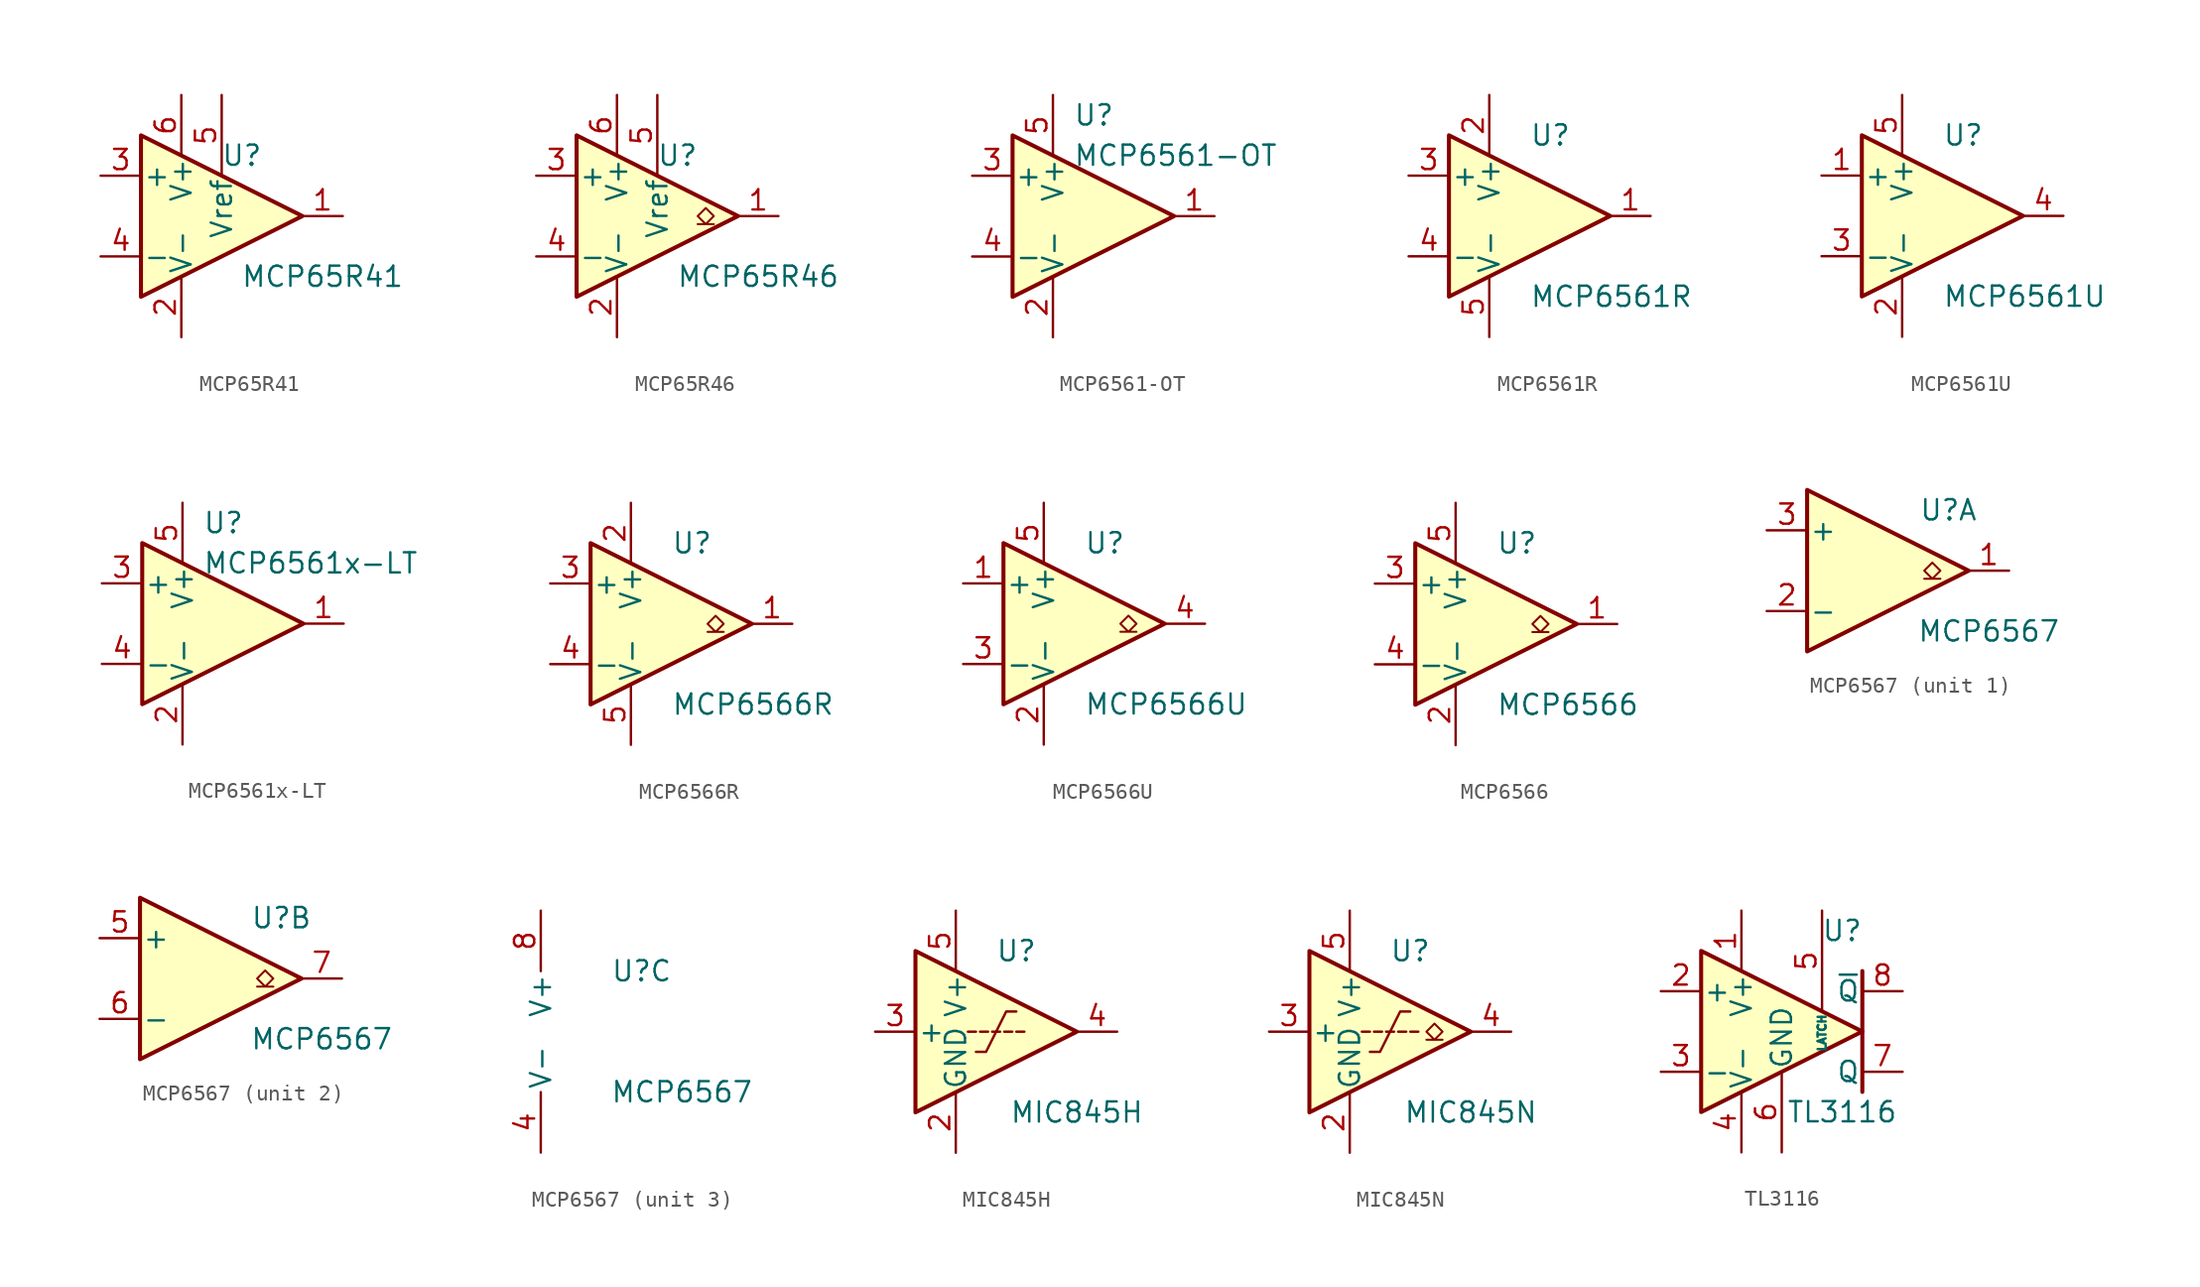
<source format=kicad_sym>
(kicad_symbol_lib
  (version 20201005)
  (generator kicad_symbol_editor)
  (symbol "Comparator:MCP65R41"
    (pin_names
      (offset 0.127))
    (property "Reference" "U"
      (at 1.27 3.81 0)
      (effects (font (size 1.27 1.27))))
    (property "Value" "MCP65R41"
      (at 6.35 -3.81 0)
      (effects (font (size 1.27 1.27))))
    (symbol "MCP65R41_0_1"
      (polyline (pts (xy -5.08 5.08) (xy -5.08 -5.08) (xy 5.08 0) (xy -5.08 5.08)) (stroke (width 0.254)) (fill (type background))))
    (symbol "MCP65R41_1_1"
      (pin output line (at 7.62 0 180) (length 2.54) (name "~" (effects (font (size 1.27 1.27)))) (number "1" (effects (font (size 1.27 1.27)))))
      (pin power_in line (at -2.54 -7.62 90) (length 3.81) (name "V-" (effects (font (size 1.27 1.27)))) (number "2" (effects (font (size 1.27 1.27)))))
      (pin input line (at -7.62 2.54 0) (length 2.54) (name "+" (effects (font (size 1.27 1.27)))) (number "3" (effects (font (size 1.27 1.27)))))
      (pin input line (at -7.62 -2.54 0) (length 2.54) (name "-" (effects (font (size 1.27 1.27)))) (number "4" (effects (font (size 1.27 1.27)))))
      (pin power_out line (at 0 7.62 270) (length 5.08) (name "Vref" (effects (font (size 1.27 1.27)))) (number "5" (effects (font (size 1.27 1.27)))))
      (pin power_in line (at -2.54 7.62 270) (length 3.81) (name "V+" (effects (font (size 1.27 1.27)))) (number "6" (effects (font (size 1.27 1.27)))))))
  (symbol "Comparator:MCP65R46"
    (pin_names
      (offset 0.127))
    (property "Reference" "U"
      (at 1.27 3.81 0)
      (effects (font (size 1.27 1.27))))
    (property "Value" "MCP65R46"
      (at 6.35 -3.81 0)
      (effects (font (size 1.27 1.27))))
    (symbol "MCP65R46_0_1"
      (polyline (pts (xy 3.556 -0.508) (xy 3.048 -0.508) (xy 3.556 0) (xy 3.048 0.508) (xy 2.54 0) (xy 3.048 -0.508) (xy 2.54 -0.508)) (stroke (width 0.127)) (fill (type none))))
    (symbol "MCP65R46_1_1"
      (polyline (pts (xy -5.08 5.08) (xy -5.08 -5.08) (xy 5.08 0) (xy -5.08 5.08)) (stroke (width 0.254)) (fill (type background)))
      (pin open_collector line (at 7.62 0 180) (length 2.54) (name "~" (effects (font (size 1.27 1.27)))) (number "1" (effects (font (size 1.27 1.27)))))
      (pin power_in line (at -2.54 -7.62 90) (length 3.81) (name "V-" (effects (font (size 1.27 1.27)))) (number "2" (effects (font (size 1.27 1.27)))))
      (pin input line (at -7.62 2.54 0) (length 2.54) (name "+" (effects (font (size 1.27 1.27)))) (number "3" (effects (font (size 1.27 1.27)))))
      (pin input line (at -7.62 -2.54 0) (length 2.54) (name "-" (effects (font (size 1.27 1.27)))) (number "4" (effects (font (size 1.27 1.27)))))
      (pin power_out line (at 0 7.62 270) (length 5.08) (name "Vref" (effects (font (size 1.27 1.27)))) (number "5" (effects (font (size 1.27 1.27)))))
      (pin power_in line (at -2.54 7.62 270) (length 3.81) (name "V+" (effects (font (size 1.27 1.27)))) (number "6" (effects (font (size 1.27 1.27)))))))
  (symbol "Comparator:MCP6561-OT"
    (pin_names
      (offset 0.127))
    (property "Reference" "U"
      (at -1.27 6.35 0)
      (effects (font (size 1.27 1.27)) (justify left)))
    (property "Value" "MCP6561-OT"
      (at -1.27 3.81 0)
      (effects (font (size 1.27 1.27)) (justify left)))
    (symbol "MCP6561-OT_0_1"
      (polyline (pts (xy -5.08 5.08) (xy 5.08 0) (xy -5.08 -5.08) (xy -5.08 5.08)) (stroke (width 0.254)) (fill (type background)))
      (pin power_in line (at -2.54 -7.62 90) (length 3.81) (name "V-" (effects (font (size 1.27 1.27)))) (number "2" (effects (font (size 1.27 1.27)))))
      (pin power_in line (at -2.54 7.62 270) (length 3.81) (name "V+" (effects (font (size 1.27 1.27)))) (number "5" (effects (font (size 1.27 1.27))))))
    (symbol "MCP6561-OT_1_1"
      (pin output line (at 7.62 0 180) (length 2.54) (name "~" (effects (font (size 1.27 1.27)))) (number "1" (effects (font (size 1.27 1.27)))))
      (pin input line (at -7.62 2.54 0) (length 2.54) (name "+" (effects (font (size 1.27 1.27)))) (number "3" (effects (font (size 1.27 1.27)))))
      (pin input line (at -7.62 -2.54 0) (length 2.54) (name "-" (effects (font (size 1.27 1.27)))) (number "4" (effects (font (size 1.27 1.27)))))))
  (symbol "Comparator:MCP6561R"
    (pin_names
      (offset 0.127))
    (property "Reference" "U"
      (at 0 5.08 0)
      (effects (font (size 1.27 1.27)) (justify left)))
    (property "Value" "MCP6561R"
      (at 0 -5.08 0)
      (effects (font (size 1.27 1.27)) (justify left)))
    (symbol "MCP6561R_0_1"
      (polyline (pts (xy -5.08 5.08) (xy 5.08 0) (xy -5.08 -5.08) (xy -5.08 5.08)) (stroke (width 0.254)) (fill (type background)))
      (pin power_in line (at -2.54 7.62 270) (length 3.81) (name "V+" (effects (font (size 1.27 1.27)))) (number "2" (effects (font (size 1.27 1.27)))))
      (pin power_in line (at -2.54 -7.62 90) (length 3.81) (name "V-" (effects (font (size 1.27 1.27)))) (number "5" (effects (font (size 1.27 1.27))))))
    (symbol "MCP6561R_1_1"
      (pin output line (at 7.62 0 180) (length 2.54) (name "~" (effects (font (size 1.27 1.27)))) (number "1" (effects (font (size 1.27 1.27)))))
      (pin input line (at -7.62 2.54 0) (length 2.54) (name "+" (effects (font (size 1.27 1.27)))) (number "3" (effects (font (size 1.27 1.27)))))
      (pin input line (at -7.62 -2.54 0) (length 2.54) (name "-" (effects (font (size 1.27 1.27)))) (number "4" (effects (font (size 1.27 1.27)))))))
  (symbol "Comparator:MCP6561U"
    (pin_names
      (offset 0.127))
    (property "Reference" "U"
      (at 0 5.08 0)
      (effects (font (size 1.27 1.27)) (justify left)))
    (property "Value" "MCP6561U"
      (at 0 -5.08 0)
      (effects (font (size 1.27 1.27)) (justify left)))
    (symbol "MCP6561U_0_1"
      (polyline (pts (xy -5.08 5.08) (xy 5.08 0) (xy -5.08 -5.08) (xy -5.08 5.08)) (stroke (width 0.254)) (fill (type background)))
      (pin power_in line (at -2.54 -7.62 90) (length 3.81) (name "V-" (effects (font (size 1.27 1.27)))) (number "2" (effects (font (size 1.27 1.27)))))
      (pin power_in line (at -2.54 7.62 270) (length 3.81) (name "V+" (effects (font (size 1.27 1.27)))) (number "5" (effects (font (size 1.27 1.27))))))
    (symbol "MCP6561U_1_1"
      (pin input line (at -7.62 2.54 0) (length 2.54) (name "+" (effects (font (size 1.27 1.27)))) (number "1" (effects (font (size 1.27 1.27)))))
      (pin input line (at -7.62 -2.54 0) (length 2.54) (name "-" (effects (font (size 1.27 1.27)))) (number "3" (effects (font (size 1.27 1.27)))))
      (pin output line (at 7.62 0 180) (length 2.54) (name "~" (effects (font (size 1.27 1.27)))) (number "4" (effects (font (size 1.27 1.27)))))))
  (symbol "Comparator:MCP6561x-LT"
    (pin_names
      (offset 0.127))
    (property "Reference" "U"
      (at -1.27 6.35 0)
      (effects (font (size 1.27 1.27)) (justify left)))
    (property "Value" "MCP6561x-LT"
      (at -1.27 3.81 0)
      (effects (font (size 1.27 1.27)) (justify left)))
    (symbol "MCP6561x-LT_0_1"
      (polyline (pts (xy -5.08 5.08) (xy 5.08 0) (xy -5.08 -5.08) (xy -5.08 5.08)) (stroke (width 0.254)) (fill (type background)))
      (pin power_in line (at -2.54 -7.62 90) (length 3.81) (name "V-" (effects (font (size 1.27 1.27)))) (number "2" (effects (font (size 1.27 1.27)))))
      (pin power_in line (at -2.54 7.62 270) (length 3.81) (name "V+" (effects (font (size 1.27 1.27)))) (number "5" (effects (font (size 1.27 1.27))))))
    (symbol "MCP6561x-LT_1_1"
      (pin output line (at 7.62 0 180) (length 2.54) (name "~" (effects (font (size 1.27 1.27)))) (number "1" (effects (font (size 1.27 1.27)))))
      (pin input line (at -7.62 2.54 0) (length 2.54) (name "+" (effects (font (size 1.27 1.27)))) (number "3" (effects (font (size 1.27 1.27)))))
      (pin input line (at -7.62 -2.54 0) (length 2.54) (name "-" (effects (font (size 1.27 1.27)))) (number "4" (effects (font (size 1.27 1.27)))))))
  (symbol "Comparator:MCP6566R"
    (pin_names
      (offset 0.127))
    (property "Reference" "U"
      (at 0 5.08 0)
      (effects (font (size 1.27 1.27)) (justify left)))
    (property "Value" "MCP6566R"
      (at 0 -5.08 0)
      (effects (font (size 1.27 1.27)) (justify left)))
    (symbol "MCP6566R_0_1"
      (polyline (pts (xy -5.08 5.08) (xy 5.08 0) (xy -5.08 -5.08) (xy -5.08 5.08)) (stroke (width 0.254)) (fill (type background)))
      (polyline (pts (xy 3.302 -0.508) (xy 2.794 -0.508) (xy 3.302 0) (xy 2.794 0.508) (xy 2.286 0) (xy 2.794 -0.508) (xy 2.286 -0.508)) (stroke (width 0.127)) (fill (type none)))
      (pin power_in line (at -2.54 7.62 270) (length 3.81) (name "V+" (effects (font (size 1.27 1.27)))) (number "2" (effects (font (size 1.27 1.27)))))
      (pin power_in line (at -2.54 -7.62 90) (length 3.81) (name "V-" (effects (font (size 1.27 1.27)))) (number "5" (effects (font (size 1.27 1.27))))))
    (symbol "MCP6566R_1_1"
      (pin open_collector line (at 7.62 0 180) (length 2.54) (name "~" (effects (font (size 1.27 1.27)))) (number "1" (effects (font (size 1.27 1.27)))))
      (pin input line (at -7.62 2.54 0) (length 2.54) (name "+" (effects (font (size 1.27 1.27)))) (number "3" (effects (font (size 1.27 1.27)))))
      (pin input line (at -7.62 -2.54 0) (length 2.54) (name "-" (effects (font (size 1.27 1.27)))) (number "4" (effects (font (size 1.27 1.27)))))))
  (symbol "Comparator:MCP6566U"
    (pin_names
      (offset 0.127))
    (property "Reference" "U"
      (at 0 5.08 0)
      (effects (font (size 1.27 1.27)) (justify left)))
    (property "Value" "MCP6566U"
      (at 0 -5.08 0)
      (effects (font (size 1.27 1.27)) (justify left)))
    (symbol "MCP6566U_0_1"
      (polyline (pts (xy -5.08 5.08) (xy 5.08 0) (xy -5.08 -5.08) (xy -5.08 5.08)) (stroke (width 0.254)) (fill (type background)))
      (polyline (pts (xy 3.302 -0.508) (xy 2.794 -0.508) (xy 3.302 0) (xy 2.794 0.508) (xy 2.286 0) (xy 2.794 -0.508) (xy 2.286 -0.508)) (stroke (width 0.127)) (fill (type none)))
      (pin power_in line (at -2.54 -7.62 90) (length 3.81) (name "V-" (effects (font (size 1.27 1.27)))) (number "2" (effects (font (size 1.27 1.27)))))
      (pin power_in line (at -2.54 7.62 270) (length 3.81) (name "V+" (effects (font (size 1.27 1.27)))) (number "5" (effects (font (size 1.27 1.27))))))
    (symbol "MCP6566U_1_1"
      (pin input line (at -7.62 2.54 0) (length 2.54) (name "+" (effects (font (size 1.27 1.27)))) (number "1" (effects (font (size 1.27 1.27)))))
      (pin input line (at -7.62 -2.54 0) (length 2.54) (name "-" (effects (font (size 1.27 1.27)))) (number "3" (effects (font (size 1.27 1.27)))))
      (pin open_collector line (at 7.62 0 180) (length 2.54) (name "~" (effects (font (size 1.27 1.27)))) (number "4" (effects (font (size 1.27 1.27)))))))
  (symbol "Comparator:MCP6566"
    (pin_names
      (offset 0.127))
    (property "Reference" "U"
      (at 0 5.08 0)
      (effects (font (size 1.27 1.27)) (justify left)))
    (property "Value" "MCP6566"
      (at 0 -5.08 0)
      (effects (font (size 1.27 1.27)) (justify left)))
    (symbol "MCP6566_0_1"
      (polyline (pts (xy -5.08 5.08) (xy 5.08 0) (xy -5.08 -5.08) (xy -5.08 5.08)) (stroke (width 0.254)) (fill (type background)))
      (polyline (pts (xy 3.302 -0.508) (xy 2.794 -0.508) (xy 3.302 0) (xy 2.794 0.508) (xy 2.286 0) (xy 2.794 -0.508) (xy 2.286 -0.508)) (stroke (width 0.127)) (fill (type none)))
      (pin power_in line (at -2.54 -7.62 90) (length 3.81) (name "V-" (effects (font (size 1.27 1.27)))) (number "2" (effects (font (size 1.27 1.27)))))
      (pin power_in line (at -2.54 7.62 270) (length 3.81) (name "V+" (effects (font (size 1.27 1.27)))) (number "5" (effects (font (size 1.27 1.27))))))
    (symbol "MCP6566_1_1"
      (pin open_collector line (at 7.62 0 180) (length 2.54) (name "~" (effects (font (size 1.27 1.27)))) (number "1" (effects (font (size 1.27 1.27)))))
      (pin input line (at -7.62 2.54 0) (length 2.54) (name "+" (effects (font (size 1.27 1.27)))) (number "3" (effects (font (size 1.27 1.27)))))
      (pin input line (at -7.62 -2.54 0) (length 2.54) (name "-" (effects (font (size 1.27 1.27)))) (number "4" (effects (font (size 1.27 1.27)))))))
  (symbol "Comparator:MCP6567"
    (pin_names
      (offset 0.127))
    (property "Reference" "U"
      (at 3.81 3.81 0)
      (effects (font (size 1.27 1.27))))
    (property "Value" "MCP6567"
      (at 6.35 -3.81 0)
      (effects (font (size 1.27 1.27))))
    (property "ki_locked" ""
      (at 0 0 0)
      (effects (font (size 1.27 1.27))))
    (symbol "MCP6567_1_1"
      (polyline (pts (xy -5.08 5.08) (xy 5.08 0) (xy -5.08 -5.08) (xy -5.08 5.08)) (stroke (width 0.254)) (fill (type background)))
      (polyline (pts (xy 3.302 -0.508) (xy 2.794 -0.508) (xy 3.302 0) (xy 2.794 0.508) (xy 2.286 0) (xy 2.794 -0.508) (xy 2.286 -0.508)) (stroke (width 0.127)) (fill (type none)))
      (pin open_collector line (at 7.62 0 180) (length 2.54) (name "~" (effects (font (size 1.27 1.27)))) (number "1" (effects (font (size 1.27 1.27)))))
      (pin input line (at -7.62 -2.54 0) (length 2.54) (name "-" (effects (font (size 1.27 1.27)))) (number "2" (effects (font (size 1.27 1.27)))))
      (pin input line (at -7.62 2.54 0) (length 2.54) (name "+" (effects (font (size 1.27 1.27)))) (number "3" (effects (font (size 1.27 1.27))))))
    (symbol "MCP6567_2_1"
      (polyline (pts (xy -5.08 5.08) (xy 5.08 0) (xy -5.08 -5.08) (xy -5.08 5.08)) (stroke (width 0.254)) (fill (type background)))
      (polyline (pts (xy 3.302 -0.508) (xy 2.794 -0.508) (xy 3.302 0) (xy 2.794 0.508) (xy 2.286 0) (xy 2.794 -0.508) (xy 2.286 -0.508)) (stroke (width 0.127)) (fill (type none)))
      (pin input line (at -7.62 2.54 0) (length 2.54) (name "+" (effects (font (size 1.27 1.27)))) (number "5" (effects (font (size 1.27 1.27)))))
      (pin input line (at -7.62 -2.54 0) (length 2.54) (name "-" (effects (font (size 1.27 1.27)))) (number "6" (effects (font (size 1.27 1.27)))))
      (pin open_collector line (at 7.62 0 180) (length 2.54) (name "~" (effects (font (size 1.27 1.27)))) (number "7" (effects (font (size 1.27 1.27))))))
    (symbol "MCP6567_3_1"
      (pin power_in line (at -2.54 -7.62 90) (length 3.81) (name "V-" (effects (font (size 1.27 1.27)))) (number "4" (effects (font (size 1.27 1.27)))))
      (pin power_in line (at -2.54 7.62 270) (length 3.81) (name "V+" (effects (font (size 1.27 1.27)))) (number "8" (effects (font (size 1.27 1.27)))))))
  (symbol "Comparator:MIC845H"
    (pin_names
      (offset 0.127))
    (property "Reference" "U"
      (at 3.81 5.08 0)
      (effects (font (size 1.27 1.27))))
    (property "Value" "MIC845H"
      (at 7.62 -5.08 0)
      (effects (font (size 1.27 1.27))))
    (symbol "MIC845H_0_1"
      (polyline (pts (xy 1.27 0) (xy 0.762 0)) (stroke (width 0)) (fill (type none)))
      (polyline (pts (xy 2.032 0) (xy 1.524 0)) (stroke (width 0)) (fill (type none)))
      (polyline (pts (xy 2.286 0) (xy 2.794 0)) (stroke (width 0)) (fill (type none)))
      (polyline (pts (xy 3.048 0) (xy 3.556 0)) (stroke (width 0)) (fill (type none)))
      (polyline (pts (xy 3.81 0) (xy 4.318 0)) (stroke (width 0)) (fill (type none)))
      (polyline (pts (xy -2.54 5.08) (xy 7.62 0) (xy -2.54 -5.08) (xy -2.54 5.08)) (stroke (width 0.254)) (fill (type background)))
      (polyline (pts (xy 1.27 -1.27) (xy 1.905 -1.27) (xy 3.175 1.27) (xy 3.81 1.27)) (stroke (width 0)) (fill (type none))))
    (symbol "MIC845H_1_1"
      (pin no_connect line (at -2.54 0 0) (length 2.54) hide (name "NIC" (effects (font (size 1.27 1.27)))) (number "1" (effects (font (size 1.27 1.27)))))
      (pin power_in line (at 0 -7.62 90) (length 3.81) (name "GND" (effects (font (size 1.27 1.27)))) (number "2" (effects (font (size 1.27 1.27)))))
      (pin input line (at -5.08 0 0) (length 2.54) (name "+" (effects (font (size 1.27 1.27)))) (number "3" (effects (font (size 1.27 1.27)))))
      (pin output line (at 10.16 0 180) (length 2.54) (name "~" (effects (font (size 1.27 1.27)))) (number "4" (effects (font (size 1.27 1.27)))))
      (pin power_in line (at 0 7.62 270) (length 3.81) (name "V+" (effects (font (size 1.27 1.27)))) (number "5" (effects (font (size 1.27 1.27)))))))
  (symbol "Comparator:MIC845N"
    (pin_names
      (offset 0.127))
    (property "Reference" "U"
      (at 3.81 5.08 0)
      (effects (font (size 1.27 1.27))))
    (property "Value" "MIC845N"
      (at 7.62 -5.08 0)
      (effects (font (size 1.27 1.27))))
    (symbol "MIC845N_0_1"
      (polyline (pts (xy 1.27 0) (xy 0.762 0)) (stroke (width 0)) (fill (type none)))
      (polyline (pts (xy 2.032 0) (xy 1.524 0)) (stroke (width 0)) (fill (type none)))
      (polyline (pts (xy 2.286 0) (xy 2.794 0)) (stroke (width 0)) (fill (type none)))
      (polyline (pts (xy 3.048 0) (xy 3.556 0)) (stroke (width 0)) (fill (type none)))
      (polyline (pts (xy 3.81 0) (xy 4.318 0)) (stroke (width 0)) (fill (type none)))
      (polyline (pts (xy -2.54 5.08) (xy 7.62 0) (xy -2.54 -5.08) (xy -2.54 5.08)) (stroke (width 0.254)) (fill (type background)))
      (polyline (pts (xy 1.27 -1.27) (xy 1.905 -1.27) (xy 3.175 1.27) (xy 3.81 1.27)) (stroke (width 0)) (fill (type none)))
      (polyline (pts (xy 5.842 -0.508) (xy 5.334 -0.508) (xy 5.842 0) (xy 5.334 0.508) (xy 4.826 0) (xy 5.334 -0.508) (xy 4.826 -0.508)) (stroke (width 0.127)) (fill (type none))))
    (symbol "MIC845N_1_1"
      (pin no_connect line (at -2.54 0 0) (length 2.54) hide (name "NIC" (effects (font (size 1.27 1.27)))) (number "1" (effects (font (size 1.27 1.27)))))
      (pin power_in line (at 0 -7.62 90) (length 3.81) (name "GND" (effects (font (size 1.27 1.27)))) (number "2" (effects (font (size 1.27 1.27)))))
      (pin input line (at -5.08 0 0) (length 2.54) (name "+" (effects (font (size 1.27 1.27)))) (number "3" (effects (font (size 1.27 1.27)))))
      (pin open_collector line (at 10.16 0 180) (length 2.54) (name "~" (effects (font (size 1.27 1.27)))) (number "4" (effects (font (size 1.27 1.27)))))
      (pin power_in line (at 0 7.62 270) (length 3.81) (name "V+" (effects (font (size 1.27 1.27)))) (number "5" (effects (font (size 1.27 1.27)))))))
  (symbol "Comparator:TL3116"
    (pin_names
      (offset 0.127))
    (property "Reference" "U"
      (at 3.81 6.35 0)
      (effects (font (size 1.27 1.27))))
    (property "Value" "TL3116"
      (at 3.81 -5.08 0)
      (effects (font (size 1.27 1.27))))
    (symbol "TL3116_0_1"
      (polyline (pts (xy 5.08 3.81) (xy 5.08 -3.81)) (stroke (width 0.254)) (fill (type none)))
      (polyline (pts (xy -5.08 5.08) (xy 5.08 0) (xy -5.08 -5.08) (xy -5.08 5.08)) (stroke (width 0.254)) (fill (type background))))
    (symbol "TL3116_1_1"
      (pin power_in line (at -2.54 7.62 270) (length 3.81) (name "V+" (effects (font (size 1.27 1.27)))) (number "1" (effects (font (size 1.27 1.27)))))
      (pin input line (at -7.62 2.54 0) (length 2.54) (name "+" (effects (font (size 1.27 1.27)))) (number "2" (effects (font (size 1.27 1.27)))))
      (pin input line (at -7.62 -2.54 0) (length 2.54) (name "-" (effects (font (size 1.27 1.27)))) (number "3" (effects (font (size 1.27 1.27)))))
      (pin power_in line (at -2.54 -7.62 90) (length 3.81) (name "V-" (effects (font (size 1.27 1.27)))) (number "4" (effects (font (size 1.27 1.27)))))
      (pin input line (at 2.54 7.62 270) (length 6.35) (name "LATCH" (effects (font (size 0.508 0.508)))) (number "5" (effects (font (size 1.27 1.27)))))
      (pin power_in line (at 0 -7.62 90) (length 5.08) (name "GND" (effects (font (size 1.27 1.27)))) (number "6" (effects (font (size 1.27 1.27)))))
      (pin output line (at 7.62 -2.54 180) (length 2.54) (name "Q" (effects (font (size 1.27 1.27)))) (number "7" (effects (font (size 1.27 1.27)))))
      (pin output line (at 7.62 2.54 180) (length 2.54) (name "~Q" (effects (font (size 1.27 1.27)))) (number "8" (effects (font (size 1.27 1.27))))))))
</source>
